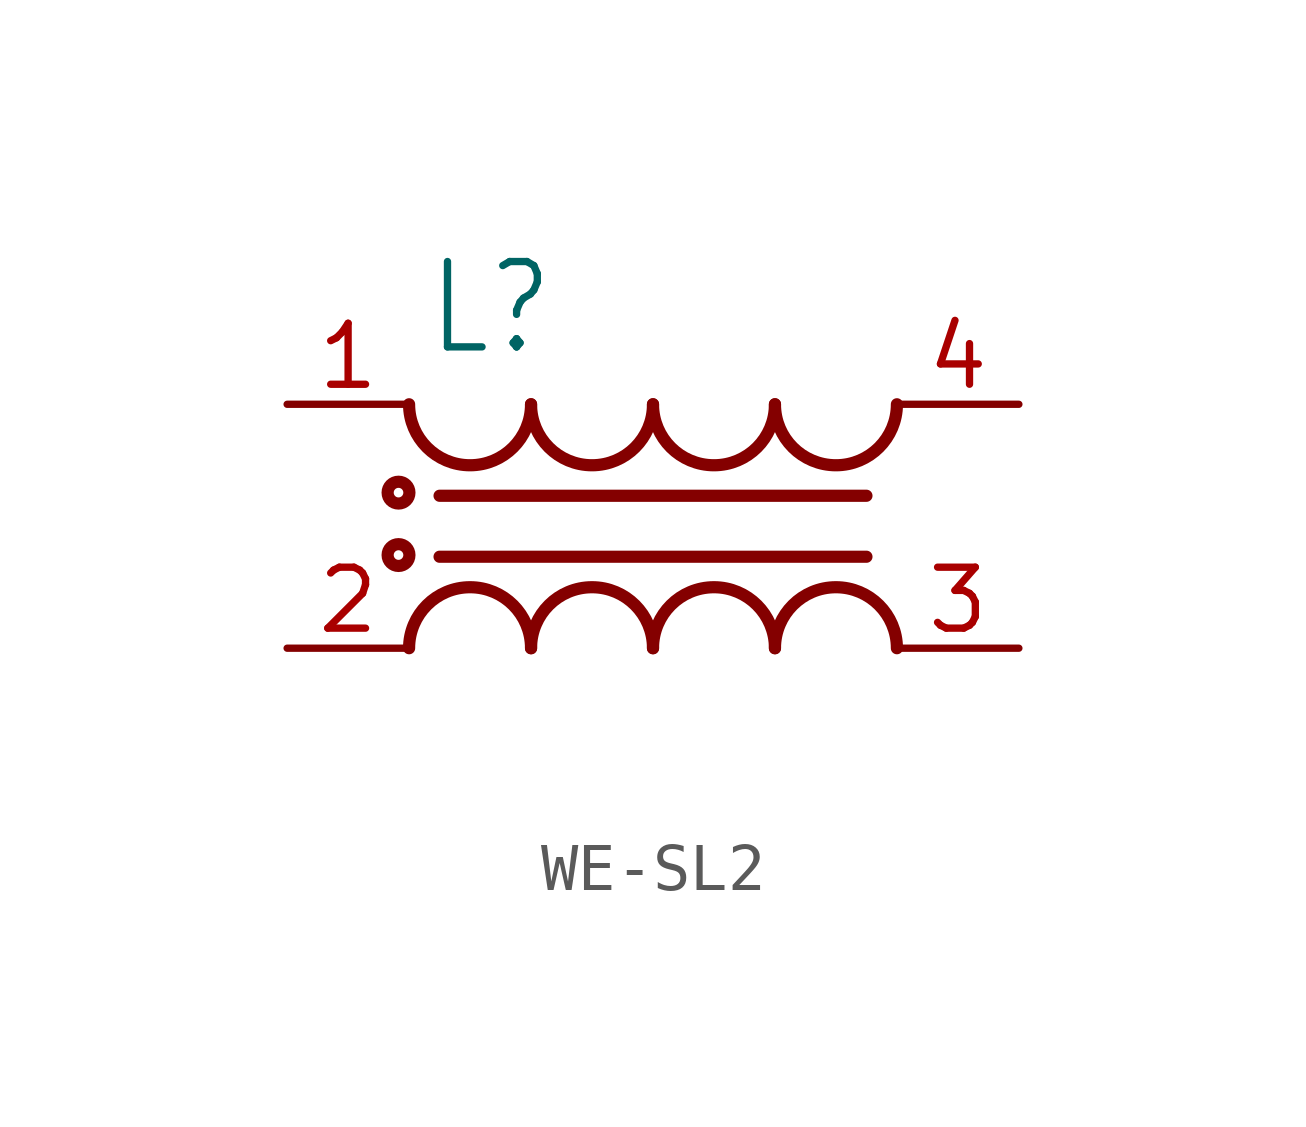
<source format=kicad_sym>
(kicad_symbol_lib
  (version 20231120)
  (generator "kicad_symbol_editor")
  (generator_version "8.0")
  (symbol "WE-SL2"
    (property "Reference" "L"
      (at -4.74 3.51 0)
      (effects (font (size 1.778 1.511)) (justify left bottom)))
    (property "Value" ""
      (at -4.44 -5.12 0)
      (effects (font (size 1.778 1.511)) (justify left bottom)))
    (property "ki_locked" ""
      (at 0 0 0)
      (effects (font (size 1.27 1.27))))
    (symbol "WE-SL2_1_0"
      (circle (center -5.3 -0.6) (radius 0.1) (stroke (width 0.254) (type solid)) (fill (type none)))
      (circle (center -5.3 0.7) (radius 0.1) (stroke (width 0.254) (type solid)) (fill (type none)))
      (arc (start -5.08 2.54) (mid -3.81 1.27) (end -2.54 2.54) (stroke (width 0.254) (type solid)) (fill (type none)))
      (arc (start -2.54 -2.54) (mid -3.81 -1.27) (end -5.08 -2.54) (stroke (width 0.254) (type solid)) (fill (type none)))
      (arc (start -2.54 2.54) (mid -1.27 1.27) (end 0 2.54) (stroke (width 0.254) (type solid)) (fill (type none)))
      (arc (start 0 -2.54) (mid -1.27 -1.27) (end -2.54 -2.54) (stroke (width 0.254) (type solid)) (fill (type none)))
      (polyline (pts (xy -4.445 -0.635) (xy 4.445 -0.635)) (stroke (width 0.254) (type solid)) (fill (type none)))
      (polyline (pts (xy -4.445 0.635) (xy 4.445 0.635)) (stroke (width 0.254) (type solid)) (fill (type none)))
      (arc (start 0 2.54) (mid 1.27 1.27) (end 2.54 2.54) (stroke (width 0.254) (type solid)) (fill (type none)))
      (arc (start 2.54 -2.54) (mid 1.27 -1.27) (end 0 -2.54) (stroke (width 0.254) (type solid)) (fill (type none)))
      (arc (start 2.54 2.54) (mid 3.81 1.27) (end 5.08 2.54) (stroke (width 0.254) (type solid)) (fill (type none)))
      (arc (start 5.08 -2.54) (mid 3.81 -1.27) (end 2.54 -2.54) (stroke (width 0.254) (type solid)) (fill (type none)))
      (pin passive line (at -7.62 2.54 0) (length 2.54) (name "1" (effects (font (size 0 0)))) (number "1" (effects (font (size 1.27 1.27)))))
      (pin passive line (at -7.62 -2.54 0) (length 2.54) (name "4" (effects (font (size 0 0)))) (number "2" (effects (font (size 1.27 1.27)))))
      (pin passive line (at 7.62 -2.54 180) (length 2.54) (name "3" (effects (font (size 0 0)))) (number "3" (effects (font (size 1.27 1.27)))))
      (pin passive line (at 7.62 2.54 180) (length 2.54) (name "2" (effects (font (size 0 0)))) (number "4" (effects (font (size 1.27 1.27))))))))
</source>
